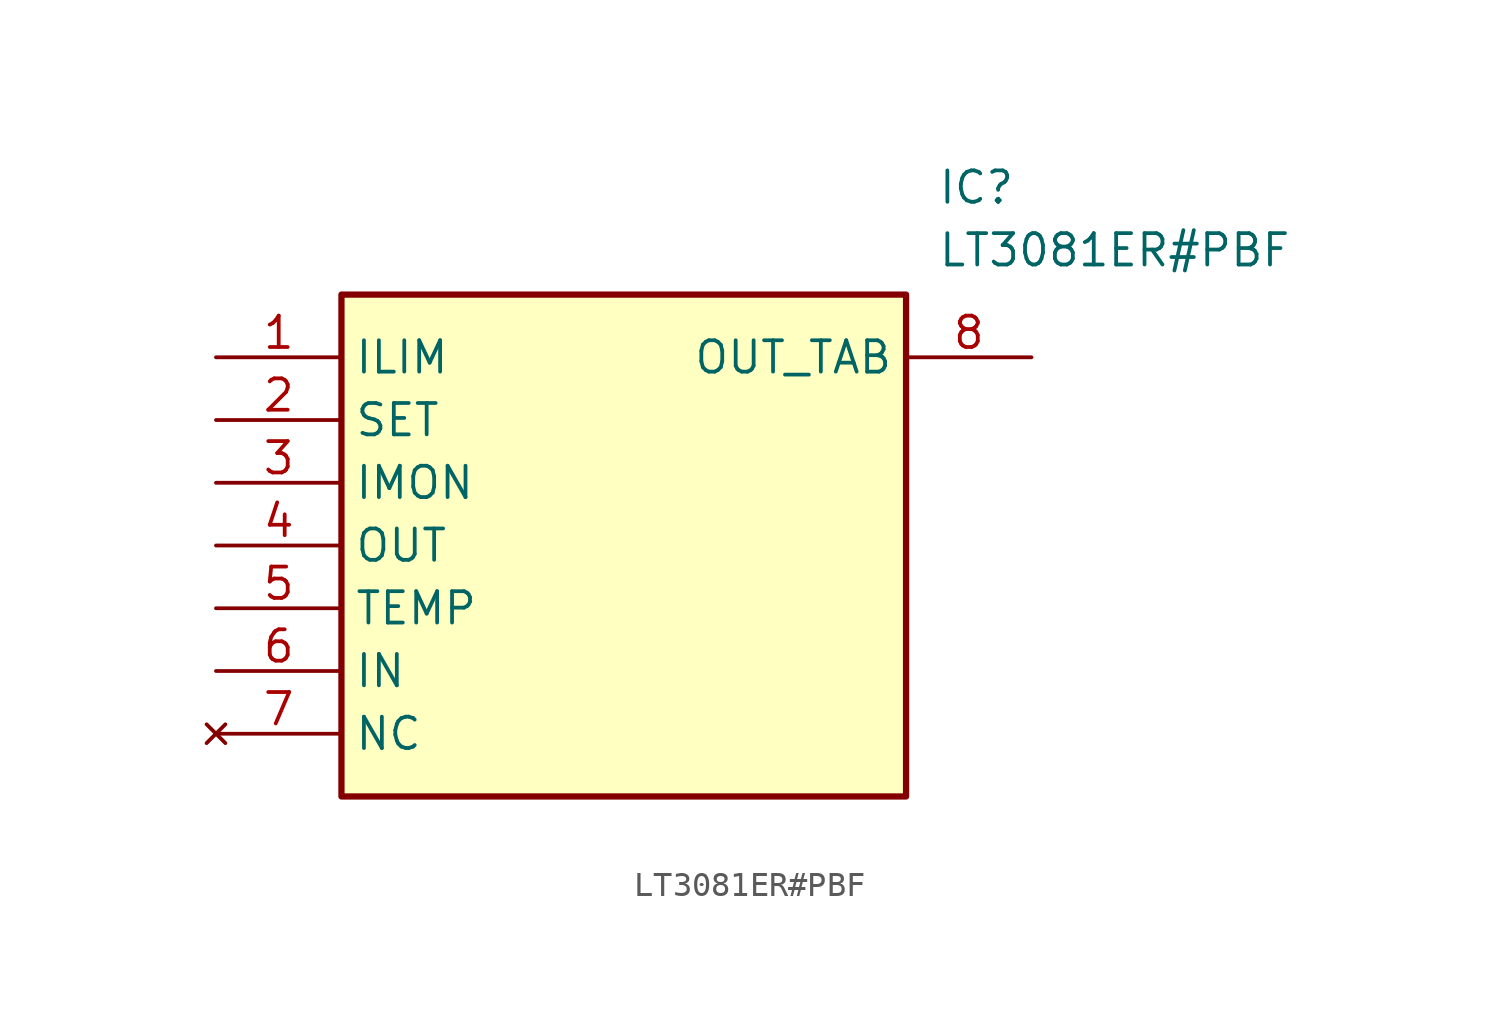
<source format=kicad_sym>
(kicad_symbol_lib
  (version 20211014)
  (generator SamacSys_ECAD_Model)
  (symbol "LT3081ER#PBF"
    (property "Reference" "IC"
      (at 29.21 7.62 0)
      (effects (font (size 1.27 1.27)) (justify left top)))
    (property "Value" "LT3081ER#PBF"
      (at 29.21 5.08 0)
      (effects (font (size 1.27 1.27)) (justify left top)))
    (rectangle
      (start 5.08 2.54)
      (end 27.94 -17.78)
      (stroke (width 0.254) (type default))
      (fill (type background)))
    (pin passive line
      (at 0 0 0)
      (length 5.08)
      (name "ILIM" (effects (font (size 1.27 1.27))))
      (number "1" (effects (font (size 1.27 1.27)))))
    (pin passive line
      (at 0 -2.54 0)
      (length 5.08)
      (name "SET" (effects (font (size 1.27 1.27))))
      (number "2" (effects (font (size 1.27 1.27)))))
    (pin passive line
      (at 0 -5.08 0)
      (length 5.08)
      (name "IMON" (effects (font (size 1.27 1.27))))
      (number "3" (effects (font (size 1.27 1.27)))))
    (pin output line
      (at 0 -7.62 0)
      (length 5.08)
      (name "OUT" (effects (font (size 1.27 1.27))))
      (number "4" (effects (font (size 1.27 1.27)))))
    (pin passive line
      (at 0 -10.16 0)
      (length 5.08)
      (name "TEMP" (effects (font (size 1.27 1.27))))
      (number "5" (effects (font (size 1.27 1.27)))))
    (pin input line
      (at 0 -12.7 0)
      (length 5.08)
      (name "IN" (effects (font (size 1.27 1.27))))
      (number "6" (effects (font (size 1.27 1.27)))))
    (pin no_connect line
      (at 0 -15.24 0)
      (length 5.08)
      (name "NC" (effects (font (size 1.27 1.27))))
      (number "7" (effects (font (size 1.27 1.27)))))
    (pin output line
      (at 33.02 0 180)
      (length 5.08)
      (name "OUT_TAB" (effects (font (size 1.27 1.27))))
      (number "8" (effects (font (size 1.27 1.27)))))))
</source>
